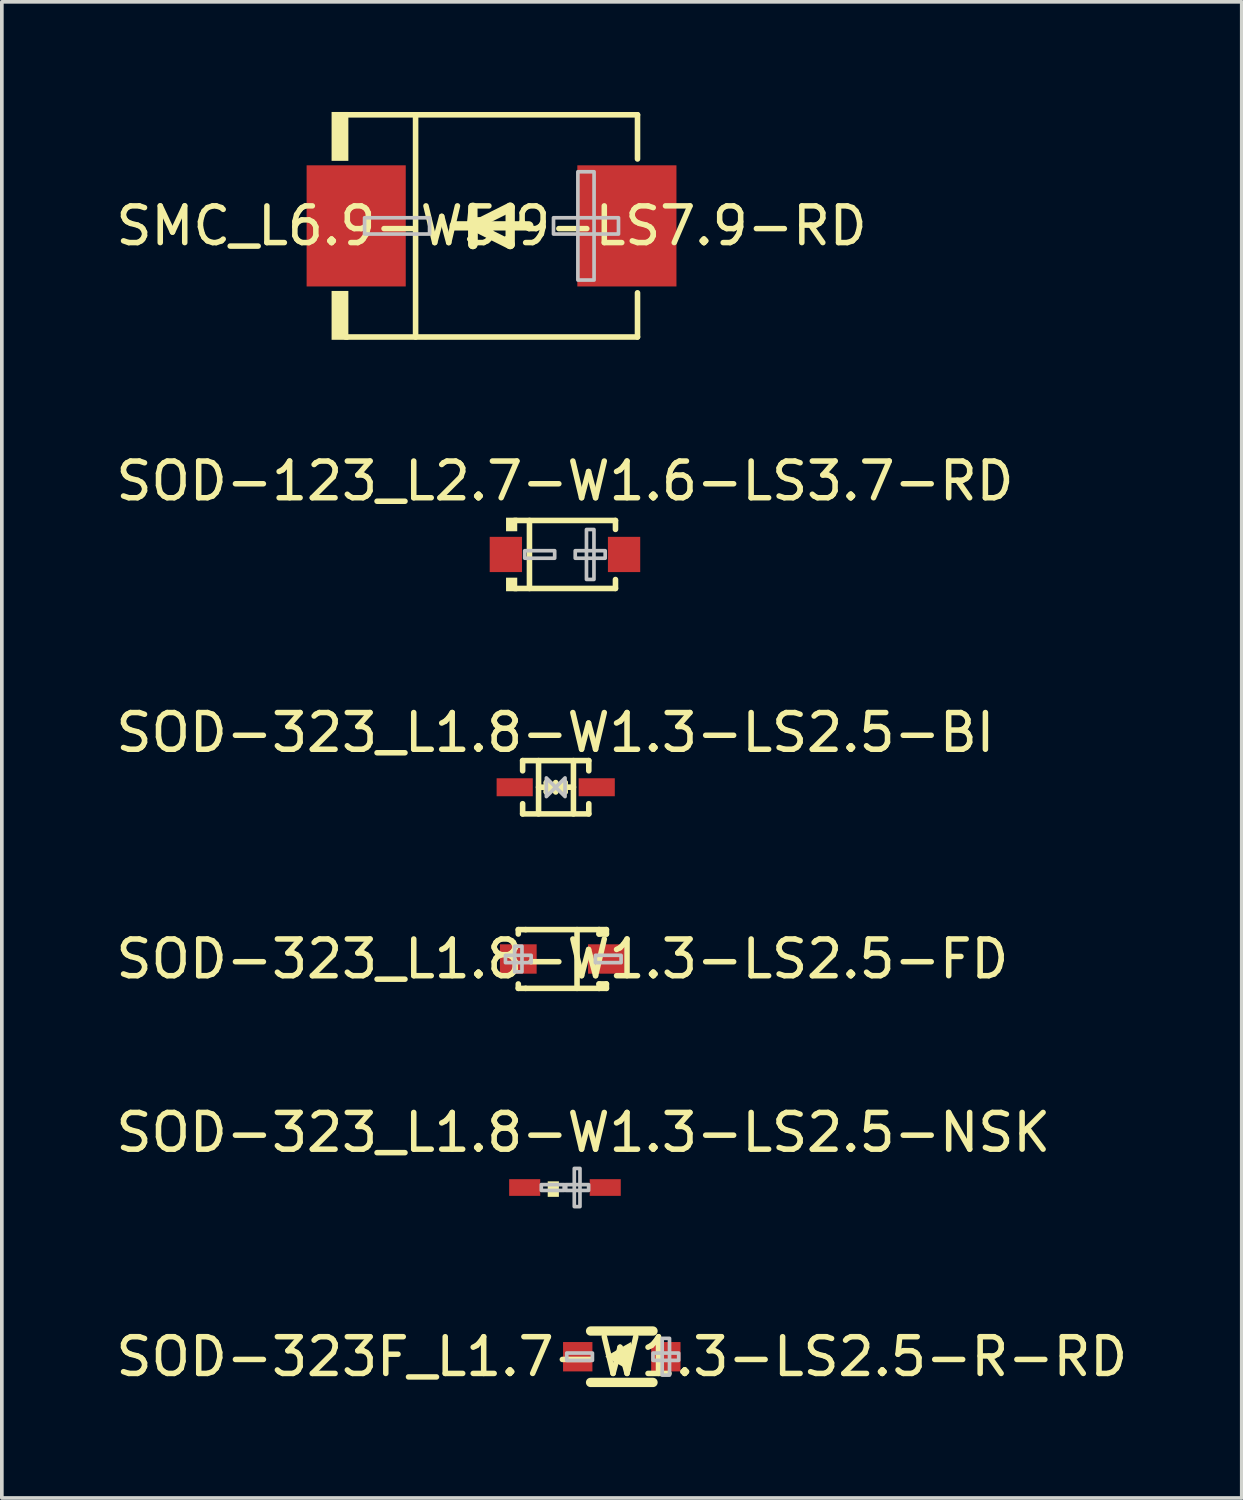
<source format=kicad_pcb>
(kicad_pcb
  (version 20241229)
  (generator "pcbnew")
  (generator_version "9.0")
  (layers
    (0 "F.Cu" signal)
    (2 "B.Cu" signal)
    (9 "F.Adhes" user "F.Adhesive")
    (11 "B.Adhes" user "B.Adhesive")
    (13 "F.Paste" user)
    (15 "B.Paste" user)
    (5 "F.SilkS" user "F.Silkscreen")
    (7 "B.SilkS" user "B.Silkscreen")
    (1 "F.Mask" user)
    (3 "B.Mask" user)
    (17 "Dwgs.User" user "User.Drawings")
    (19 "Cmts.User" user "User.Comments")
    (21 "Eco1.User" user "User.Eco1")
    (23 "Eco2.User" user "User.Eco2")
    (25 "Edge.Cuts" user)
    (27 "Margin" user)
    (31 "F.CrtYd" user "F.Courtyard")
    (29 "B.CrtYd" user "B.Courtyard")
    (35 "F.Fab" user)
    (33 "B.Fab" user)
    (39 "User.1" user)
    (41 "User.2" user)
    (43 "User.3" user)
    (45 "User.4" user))
  (footprint "SOD-323_L1.8-W1.3-LS2.5-BI"
    (layer "F.Cu")
    (at 12.087 18.394)
    (property "Reference" "SOD-323_L1.8-W1.3-LS2.5-BI" (at -0.01 -1.49 0) (layer "F.SilkS") (effects (font (size 1 1) (thickness 0.15))))
    (fp_line (start -0.901 -0.726) (end -0.901 -0.448) (stroke (width 0.152) (type default)) (layer "F.SilkS"))
    (fp_line (start -0.901 0.726) (end -0.901 0.448) (stroke (width 0.152) (type default)) (layer "F.SilkS"))
    (fp_line (start -0.467 0) (end 0.483 -0.003) (stroke (width 0.154) (type default)) (layer "F.SilkS"))
    (fp_line (start -0.467 0.726) (end -0.467 -0.726) (stroke (width 0.152) (type default)) (layer "F.SilkS"))
    (fp_line (start -0.254 -0.127) (end -0.002 -0.003) (stroke (width 0.154) (type default)) (layer "F.SilkS"))
    (fp_line (start -0.254 0.127) (end -0.254 -0.127) (stroke (width 0.154) (type default)) (layer "F.SilkS"))
    (fp_line (start -0.127 0) (end 0.003 0) (stroke (width 0.154) (type default)) (layer "F.SilkS"))
    (fp_line (start -0.003 0) (end -0.254 0.127) (stroke (width 0.154) (type default)) (layer "F.SilkS"))
    (fp_line (start 0 -0.127) (end 0 0.127) (stroke (width 0.154) (type default)) (layer "F.SilkS"))
    (fp_line (start 0.003 0) (end 0.254 -0.127) (stroke (width 0.154) (type default)) (layer "F.SilkS"))
    (fp_line (start 0.127 0) (end -0.003 0) (stroke (width 0.154) (type default)) (layer "F.SilkS"))
    (fp_line (start 0.254 -0.127) (end 0.254 0.127) (stroke (width 0.154) (type default)) (layer "F.SilkS"))
    (fp_line (start 0.254 0.127) (end 0.002 0.003) (stroke (width 0.154) (type default)) (layer "F.SilkS"))
    (fp_line (start 0.483 0.726) (end 0.483 -0.726) (stroke (width 0.152) (type default)) (layer "F.SilkS"))
    (fp_line (start 0.901 -0.726) (end -0.901 -0.726) (stroke (width 0.152) (type default)) (layer "F.SilkS"))
    (fp_line (start 0.901 -0.726) (end 0.901 -0.448) (stroke (width 0.152) (type default)) (layer "F.SilkS"))
    (fp_line (start 0.901 0.726) (end -0.901 0.726) (stroke (width 0.152) (type default)) (layer "F.SilkS"))
    (fp_line (start 0.901 0.726) (end 0.901 0.448) (stroke (width 0.152) (type default)) (layer "F.SilkS"))
    (fp_poly (pts (xy -0.254 -0.254) (xy -0.254 0.254) (xy 0 0)) (stroke (width 0.1) (type default)) (fill no) (layer "Dwgs.User"))
    (fp_poly (pts (xy 0.254 0.254) (xy 0.254 -0.254) (xy 0 0)) (stroke (width 0.1) (type default)) (fill no) (layer "Dwgs.User"))
    (fp_poly (pts (xy -1.25 0.163) (xy -1.25 -0.163) (xy -0.95 -0.163) (xy -0.95 0.163)) (stroke (width 0.1) (type default)) (fill no) (layer "User.1"))
    (fp_poly (pts (xy -0.96 0.163) (xy -0.96 -0.163) (xy -0.84 -0.163) (xy -0.84 0.163)) (stroke (width 0.1) (type default)) (fill no) (layer "User.1"))
    (fp_poly (pts (xy 0.84 0.163) (xy 0.84 -0.163) (xy 0.96 -0.163) (xy 0.96 0.163)) (stroke (width 0.1) (type default)) (fill no) (layer "User.1"))
    (fp_poly (pts (xy 0.95 0.163) (xy 0.95 -0.163) (xy 1.25 -0.163) (xy 1.25 0.163)) (stroke (width 0.1) (type default)) (fill no) (layer "User.1"))
    (fp_line (start -0.85 -0.65) (end 0.85 -0.65) (stroke (width 0.051) (type default)) (layer "User.2"))
    (fp_line (start -0.85 0.65) (end -0.85 -0.65) (stroke (width 0.051) (type default)) (layer "User.2"))
    (fp_line (start 0.85 -0.65) (end 0.85 0.65) (stroke (width 0.051) (type default)) (layer "User.2"))
    (fp_line (start 0.85 0.65) (end -0.85 0.65) (stroke (width 0.051) (type default)) (layer "User.2"))
    (fp_poly (pts (xy -1.19 0.62) (xy -1.208 0.578) (xy -1.25 0.56) (xy -1.292 0.578) (xy -1.31 0.62) (xy -1.292 0.662) (xy -1.25 0.68) (xy -1.208 0.662)) (stroke (width 0.1) (type default)) (fill no) (layer "User.3"))
    (pad "1" smd rect (at -1.117 0) (size 0.985 0.49) (layers "F.Cu" "F.Mask" "F.Paste"))
    (pad "2" smd rect (at 1.117 0) (size 0.985 0.49) (layers "F.Cu" "F.Mask" "F.Paste")))
  (footprint "SOD-323_L1.8-W1.3-LS2.5-NSK"
    (layer "F.Cu")
    (at 12.339 29.297)
    (property "Reference" "SOD-323_L1.8-W1.3-LS2.5-NSK" (at 0.5 -1.5 0) (layer "F.SilkS") (effects (font (size 1 1) (thickness 0.15))))
    (fp_poly (pts (xy -0.165 -0.168) (xy -0.165 0.254) (xy -0.47 0.254) (xy -0.47 -0.168)) (stroke (width 0) (type default)) (fill yes) (layer "F.SilkS"))
    (fp_poly (pts (xy -0.645 -0.079) (xy -0.645 0.079) (xy -0.021 0.079) (xy -0.021 -0.079)) (stroke (width 0.1) (type default)) (fill no) (layer "Dwgs.User"))
    (fp_poly (pts (xy 0.409 -0.52) (xy 0.409 0.52) (xy 0.254 0.52) (xy 0.254 -0.52)) (stroke (width 0.1) (type default)) (fill no) (layer "Dwgs.User"))
    (fp_poly (pts (xy 0.645 -0.079) (xy 0.645 0.079) (xy 0.021 0.079) (xy 0.021 -0.079)) (stroke (width 0.1) (type default)) (fill no) (layer "Dwgs.User"))
    (fp_poly (pts (xy -0.95 -0.16) (xy -0.95 0.16) (xy -1.25 0.16) (xy -1.25 -0.16)) (stroke (width 0.1) (type default)) (fill no) (layer "User.1"))
    (fp_poly (pts (xy -0.841 -0.16) (xy -0.841 0.16) (xy -0.96 0.16) (xy -0.96 -0.16)) (stroke (width 0.1) (type default)) (fill no) (layer "User.1"))
    (fp_poly (pts (xy 0.96 -0.16) (xy 0.96 0.16) (xy 0.841 0.16) (xy 0.841 -0.16)) (stroke (width 0.1) (type default)) (fill no) (layer "User.1"))
    (fp_poly (pts (xy 1.25 -0.16) (xy 1.25 0.16) (xy 0.95 0.16) (xy 0.95 -0.16)) (stroke (width 0.1) (type default)) (fill no) (layer "User.1"))
    (fp_line (start -0.851 -0.65) (end 0.851 -0.65) (stroke (width 0.051) (type default)) (layer "User.2"))
    (fp_line (start -0.851 0.65) (end -0.851 -0.65) (stroke (width 0.051) (type default)) (layer "User.2"))
    (fp_line (start 0.851 -0.65) (end 0.851 0.65) (stroke (width 0.051) (type default)) (layer "User.2"))
    (fp_line (start 0.851 0.65) (end -0.851 0.65) (stroke (width 0.051) (type default)) (layer "User.2"))
    (fp_poly (pts (xy -1.158 0.65) (xy -1.176 0.607) (xy -1.219 0.589) (xy -1.262 0.607) (xy -1.28 0.65) (xy -1.262 0.693) (xy -1.219 0.711) (xy -1.176 0.693)) (stroke (width 0.1) (type default)) (fill no) (layer "User.3"))
    (pad "1" smd rect (at -1.097 0 180) (size 0.846 0.455) (layers "F.Cu" "F.Mask" "F.Paste"))
    (pad "2" smd rect (at 1.097 0 180) (size 0.846 0.455) (layers "F.Cu" "F.Mask" "F.Paste")))
  (footprint "SOD-323F_L1.7-W1.3-LS2.5-R-RD"
    (layer "F.Cu")
    (at 13.887 33.906)
    (property "Reference" "SOD-323F_L1.7-W1.3-LS2.5-R-RD" (at 0 0 0) (layer "F.SilkS") (effects (font (size 1 1) (thickness 0.15))))
    (fp_line (start -0.85 -0.7) (end 0.85 -0.7) (stroke (width 0.254) (type default)) (layer "F.SilkS"))
    (fp_line (start -0.85 0.7) (end 0.85 0.7) (stroke (width 0.254) (type default)) (layer "F.SilkS"))
    (fp_poly (pts (xy -0.45 0) (xy 0.25 -0.4) (xy 0.25 0.4)) (stroke (width 0) (type default)) (fill yes) (layer "F.SilkS"))
    (fp_poly (pts (xy -1.5 -0.1) (xy -0.8 -0.1) (xy -0.8 0.1) (xy -1.5 0.1)) (stroke (width 0.1) (type default)) (fill no) (layer "Dwgs.User"))
    (fp_poly (pts (xy 0.85 -0.1) (xy 1.55 -0.1) (xy 1.55 0.1) (xy 0.85 0.1)) (stroke (width 0.1) (type default)) (fill no) (layer "Dwgs.User"))
    (fp_poly (pts (xy 1.1 -0.5) (xy 1.3 -0.5) (xy 1.3 0.5) (xy 1.1 0.5)) (stroke (width 0.1) (type default)) (fill no) (layer "Dwgs.User"))
    (fp_poly (pts (xy -1.25 -0.15) (xy -0.84 -0.15) (xy -0.84 0.15) (xy -1.25 0.15)) (stroke (width 0.1) (type default)) (fill no) (layer "User.1"))
    (fp_poly (pts (xy 0.84 -0.15) (xy 1.25 -0.15) (xy 1.25 0.15) (xy 0.84 0.15)) (stroke (width 0.1) (type default)) (fill no) (layer "User.1"))
    (fp_line (start -0.85 -0.625) (end 0.85 -0.625) (stroke (width 0.051) (type default)) (layer "User.2"))
    (fp_line (start -0.85 0.625) (end -0.85 -0.625) (stroke (width 0.051) (type default)) (layer "User.2"))
    (fp_line (start 0.85 -0.625) (end 0.85 0.625) (stroke (width 0.051) (type default)) (layer "User.2"))
    (fp_line (start 0.85 0.625) (end -0.85 0.625) (stroke (width 0.051) (type default)) (layer "User.2"))
    (fp_poly (pts (xy -1.19 0.625) (xy -1.208 0.583) (xy -1.25 0.565) (xy -1.292 0.583) (xy -1.31 0.625) (xy -1.292 0.667) (xy -1.25 0.685) (xy -1.208 0.667)) (stroke (width 0.1) (type default)) (fill no) (layer "User.3"))
    (pad "1" smd rect (at -1.2 0) (size 0.8 0.8) (layers "F.Cu" "F.Mask" "F.Paste"))
    (pad "2" smd rect (at 1.2 0) (size 0.8 0.8) (layers "F.Cu" "F.Mask" "F.Paste")))
  (footprint "SOD-123_L2.7-W1.6-LS3.7-RD"
    (layer "F.Cu")
    (at 12.339 12.053)
    (property "Reference" "SOD-123_L2.7-W1.6-LS3.7-RD" (at 0 -2 0) (layer "F.SilkS") (effects (font (size 1 1) (thickness 0.15))))
    (fp_line (start -1.376 -0.926) (end 1.376 -0.926) (stroke (width 0.152) (type default)) (layer "F.SilkS"))
    (fp_line (start -1.376 0.926) (end 1.376 0.926) (stroke (width 0.152) (type default)) (layer "F.SilkS"))
    (fp_line (start -0.967 -0.926) (end -0.967 0.926) (stroke (width 0.152) (type default)) (layer "F.SilkS"))
    (fp_line (start 1.376 -0.926) (end 1.376 -0.683) (stroke (width 0.152) (type default)) (layer "F.SilkS"))
    (fp_line (start 1.376 0.926) (end 1.376 0.683) (stroke (width 0.152) (type default)) (layer "F.SilkS"))
    (fp_poly (pts (xy -1.3 -1.002) (xy -1.3 -0.632) (xy -1.605 -0.632) (xy -1.605 -1.002)) (stroke (width 0) (type default)) (fill yes) (layer "F.SilkS"))
    (fp_poly (pts (xy -1.3 1.002) (xy -1.3 0.632) (xy -1.605 0.632) (xy -1.605 1.002)) (stroke (width 0) (type default)) (fill yes) (layer "F.SilkS"))
    (fp_poly (pts (xy -1.096 -0.102) (xy -1.096 0.102) (xy -0.28 0.102) (xy -0.28 -0.102)) (stroke (width 0.1) (type default)) (fill no) (layer "Dwgs.User"))
    (fp_poly (pts (xy 0.79 -0.68) (xy 0.79 0.68) (xy 0.586 0.68) (xy 0.586 -0.68)) (stroke (width 0.1) (type default)) (fill no) (layer "Dwgs.User"))
    (fp_poly (pts (xy 1.096 -0.102) (xy 1.096 0.102) (xy 0.28 0.102) (xy 0.28 -0.102)) (stroke (width 0.1) (type default)) (fill no) (layer "Dwgs.User"))
    (fp_poly (pts (xy -1.85 -0.305) (xy -1.34 -0.3) (xy -1.34 0.3) (xy -1.85 0.305)) (stroke (width 0.1) (type default)) (fill no) (layer "User.1"))
    (fp_poly (pts (xy 1.34 -0.3) (xy 1.85 -0.305) (xy 1.85 0.305) (xy 1.34 0.3)) (stroke (width 0.1) (type default)) (fill no) (layer "User.1"))
    (fp_line (start -1.345 -0.8) (end 1.345 -0.8) (stroke (width 0.051) (type default)) (layer "User.2"))
    (fp_line (start -1.345 0.8) (end -1.345 -0.8) (stroke (width 0.051) (type default)) (layer "User.2"))
    (fp_line (start 1.345 -0.8) (end 1.345 0.8) (stroke (width 0.051) (type default)) (layer "User.2"))
    (fp_line (start 1.345 0.8) (end -1.345 0.8) (stroke (width 0.051) (type default)) (layer "User.2"))
    (fp_poly (pts (xy -1.79 0.8) (xy -1.808 0.758) (xy -1.85 0.74) (xy -1.892 0.758) (xy -1.91 0.8) (xy -1.892 0.842) (xy -1.85 0.86) (xy -1.808 0.842)) (stroke (width 0.1) (type default)) (fill no) (layer "User.3"))
    (pad "1" smd rect (at -1.61 0) (size 0.88 0.96) (layers "F.Cu" "F.Mask" "F.Paste"))
    (pad "2" smd rect (at 1.61 0) (size 0.88 0.96) (layers "F.Cu" "F.Mask" "F.Paste")))
  (footprint "SOD-323_L1.8-W1.3-LS2.5-FD"
    (layer "F.Cu")
    (at 12.268 23.072)
    (property "Reference" "SOD-323_L1.8-W1.3-LS2.5-FD" (at 0 0 0) (layer "F.SilkS") (effects (font (size 1 1) (thickness 0.15))))
    (fp_line (start -1.2 -0.8) (end -1.2 -0.68) (stroke (width 0.152) (type default)) (layer "F.SilkS"))
    (fp_line (start -1.2 0.68) (end -1.2 0.8) (stroke (width 0.152) (type default)) (layer "F.SilkS"))
    (fp_line (start -1.2 0.8) (end -1 0.8) (stroke (width 0.152) (type default)) (layer "F.SilkS"))
    (fp_line (start -1 -0.8) (end -1.2 -0.8) (stroke (width 0.152) (type default)) (layer "F.SilkS"))
    (fp_line (start -1 -0.8) (end 1 -0.8) (stroke (width 0.152) (type default)) (layer "F.SilkS"))
    (fp_line (start -1 0.8) (end 1 0.8) (stroke (width 0.152) (type default)) (layer "F.SilkS"))
    (fp_line (start 0.4 -0.8) (end 0.4 0.8) (stroke (width 0.152) (type default)) (layer "F.SilkS"))
    (fp_line (start 1 -0.8) (end 1 -0.68) (stroke (width 0.152) (type default)) (layer "F.SilkS"))
    (fp_line (start 1 -0.8) (end 1.2 -0.8) (stroke (width 0.152) (type default)) (layer "F.SilkS"))
    (fp_line (start 1 0.68) (end 1 0.8) (stroke (width 0.152) (type default)) (layer "F.SilkS"))
    (fp_line (start 1 0.68) (end 1.2 0.68) (stroke (width 0.152) (type default)) (layer "F.SilkS"))
    (fp_line (start 1.2 -0.8) (end 1.2 -0.68) (stroke (width 0.152) (type default)) (layer "F.SilkS"))
    (fp_line (start 1.2 -0.68) (end 1 -0.68) (stroke (width 0.152) (type default)) (layer "F.SilkS"))
    (fp_line (start 1.2 0.68) (end 1.2 0.8) (stroke (width 0.152) (type default)) (layer "F.SilkS"))
    (fp_line (start 1.2 0.8) (end 1 0.8) (stroke (width 0.152) (type default)) (layer "F.SilkS"))
    (fp_poly (pts (xy -1.55 -0.1) (xy -0.85 -0.1) (xy -0.85 0) (xy -0.85 0.1) (xy -1.55 0.1)) (stroke (width 0.1) (type default)) (fill no) (layer "Dwgs.User"))
    (fp_poly (pts (xy -1.3 0.35) (xy -1.3 -0.35) (xy -1.2 -0.35) (xy -1.1 -0.35) (xy -1.1 0.35)) (stroke (width 0.1) (type default)) (fill no) (layer "Dwgs.User"))
    (fp_poly (pts (xy 0.9 -0.1) (xy 1.6 -0.1) (xy 1.6 0) (xy 1.6 0.1) (xy 0.9 0.1)) (stroke (width 0.1) (type default)) (fill no) (layer "Dwgs.User"))
    (fp_poly (pts (xy -1.325 0.15) (xy -1.325 -0.15) (xy -1 -0.15) (xy -1 0.15)) (stroke (width 0.1) (type default)) (fill no) (layer "User.1"))
    (fp_poly (pts (xy -1.01 0.15) (xy -1.01 -0.15) (xy -0.84 -0.15) (xy -0.84 0.15)) (stroke (width 0.1) (type default)) (fill no) (layer "User.1"))
    (fp_poly (pts (xy 0.84 0.15) (xy 0.84 -0.15) (xy 1.01 -0.15) (xy 1.01 0.15)) (stroke (width 0.1) (type default)) (fill no) (layer "User.1"))
    (fp_poly (pts (xy 1 0.15) (xy 1 -0.15) (xy 1.325 -0.15) (xy 1.325 0.15)) (stroke (width 0.1) (type default)) (fill no) (layer "User.1"))
    (fp_line (start -0.85 -0.65) (end 0.85 -0.65) (stroke (width 0.051) (type default)) (layer "User.2"))
    (fp_line (start -0.85 0.65) (end -0.85 -0.65) (stroke (width 0.051) (type default)) (layer "User.2"))
    (fp_line (start 0.85 -0.65) (end 0.85 0.65) (stroke (width 0.051) (type default)) (layer "User.2"))
    (fp_line (start 0.85 0.65) (end -0.85 0.65) (stroke (width 0.051) (type default)) (layer "User.2"))
    (fp_poly (pts (xy -1.265 0.65) (xy -1.283 0.608) (xy -1.325 0.59) (xy -1.367 0.608) (xy -1.385 0.65) (xy -1.367 0.692) (xy -1.325 0.71) (xy -1.283 0.692)) (stroke (width 0.1) (type default)) (fill no) (layer "User.3"))
    (pad "1" smd rect (at -1.2 0 180) (size 1 0.8) (layers "F.Cu" "F.Mask" "F.Paste"))
    (pad "2" smd rect (at 1.2 0 180) (size 1 0.8) (layers "F.Cu" "F.Mask" "F.Paste")))
  (footprint "SMC_L6.9-W5.9-LS7.9-RD"
    (layer "F.Cu")
    (at 10.339 3.103)
    (property "Reference" "SMC_L6.9-W5.9-LS7.9-RD" (at 0 0 0) (layer "F.SilkS") (effects (font (size 1 1) (thickness 0.15))))
    (fp_line (start -3.976 -3.026) (end 3.976 -3.026) (stroke (width 0.152) (type default)) (layer "F.SilkS"))
    (fp_line (start -3.976 3.026) (end 3.976 3.026) (stroke (width 0.152) (type default)) (layer "F.SilkS"))
    (fp_line (start -2.069 -3.026) (end -2.069 3.026) (stroke (width 0.152) (type default)) (layer "F.SilkS"))
    (fp_line (start -0.508 0) (end -0.508 0.508) (stroke (width 0.254) (type default)) (layer "F.SilkS"))
    (fp_line (start -0.508 0) (end 0.508 0.508) (stroke (width 0.254) (type default)) (layer "F.SilkS"))
    (fp_line (start -0.508 0.508) (end -0.508 -0.508) (stroke (width 0.254) (type default)) (layer "F.SilkS"))
    (fp_line (start 0.508 -0.508) (end -0.508 0) (stroke (width 0.254) (type default)) (layer "F.SilkS"))
    (fp_line (start 0.508 0.508) (end 0.508 -0.508) (stroke (width 0.254) (type default)) (layer "F.SilkS"))
    (fp_line (start 1.016 0) (end -1.016 0) (stroke (width 0.254) (type default)) (layer "F.SilkS"))
    (fp_line (start 3.976 -3.026) (end 3.976 -1.823) (stroke (width 0.152) (type default)) (layer "F.SilkS"))
    (fp_line (start 3.976 3.026) (end 3.976 1.823) (stroke (width 0.152) (type default)) (layer "F.SilkS"))
    (fp_poly (pts (xy -3.9 -3.103) (xy -3.9 -1.772) (xy -4.357 -1.772) (xy -4.357 -3.103)) (stroke (width 0) (type default)) (fill yes) (layer "F.SilkS"))
    (fp_poly (pts (xy -3.9 3.103) (xy -3.9 1.772) (xy -4.357 1.772) (xy -4.357 3.103)) (stroke (width 0) (type default)) (fill yes) (layer "F.SilkS"))
    (fp_poly (pts (xy -3.458 0.222) (xy -3.458 -0.222) (xy -1.688 -0.222) (xy -1.688 0.222)) (stroke (width 0.1) (type default)) (fill no) (layer "Dwgs.User"))
    (fp_poly (pts (xy 2.793 1.475) (xy 2.793 -1.475) (xy 2.352 -1.475) (xy 2.352 1.475)) (stroke (width 0.1) (type default)) (fill no) (layer "Dwgs.User"))
    (fp_poly (pts (xy 3.458 0.222) (xy 3.458 -0.222) (xy 1.688 -0.222) (xy 1.688 0.222)) (stroke (width 0.1) (type default)) (fill no) (layer "Dwgs.User"))
    (fp_poly (pts (xy -3.95 1.5) (xy -3.95 -1.5) (xy -2.7 -1.5) (xy -2.7 1.5)) (stroke (width 0.1) (type default)) (fill no) (layer "User.1"))
    (fp_poly (pts (xy 3.95 1.5) (xy 3.95 -1.5) (xy 2.7 -1.5) (xy 2.7 1.5)) (stroke (width 0.1) (type default)) (fill no) (layer "User.1"))
    (fp_line (start -3.45 -2.979) (end 3.45 -2.979) (stroke (width 0.051) (type default)) (layer "User.2"))
    (fp_line (start -3.45 2.921) (end -3.45 -2.979) (stroke (width 0.051) (type default)) (layer "User.2"))
    (fp_line (start 3.45 -2.979) (end 3.45 2.921) (stroke (width 0.051) (type default)) (layer "User.2"))
    (fp_line (start 3.45 2.921) (end -3.45 2.921) (stroke (width 0.051) (type default)) (layer "User.2"))
    (fp_poly (pts (xy -3.89 2.95) (xy -3.908 2.908) (xy -3.95 2.89) (xy -3.992 2.908) (xy -4.01 2.95) (xy -3.992 2.992) (xy -3.95 3.01) (xy -3.908 2.992)) (stroke (width 0.1) (type default)) (fill no) (layer "User.3"))
    (pad "1" smd rect (at -3.687 0) (size 2.7 3.3) (layers "F.Cu" "F.Mask" "F.Paste"))
    (pad "2" smd rect (at 3.687 0) (size 2.7 3.3) (layers "F.Cu" "F.Mask" "F.Paste")))
  (gr_rect
    (start -3 -3)
    (end 30.774 37.754)
    (stroke (width 0.1) (type default))
    (fill no)
    (layer "Edge.Cuts")))
</source>
